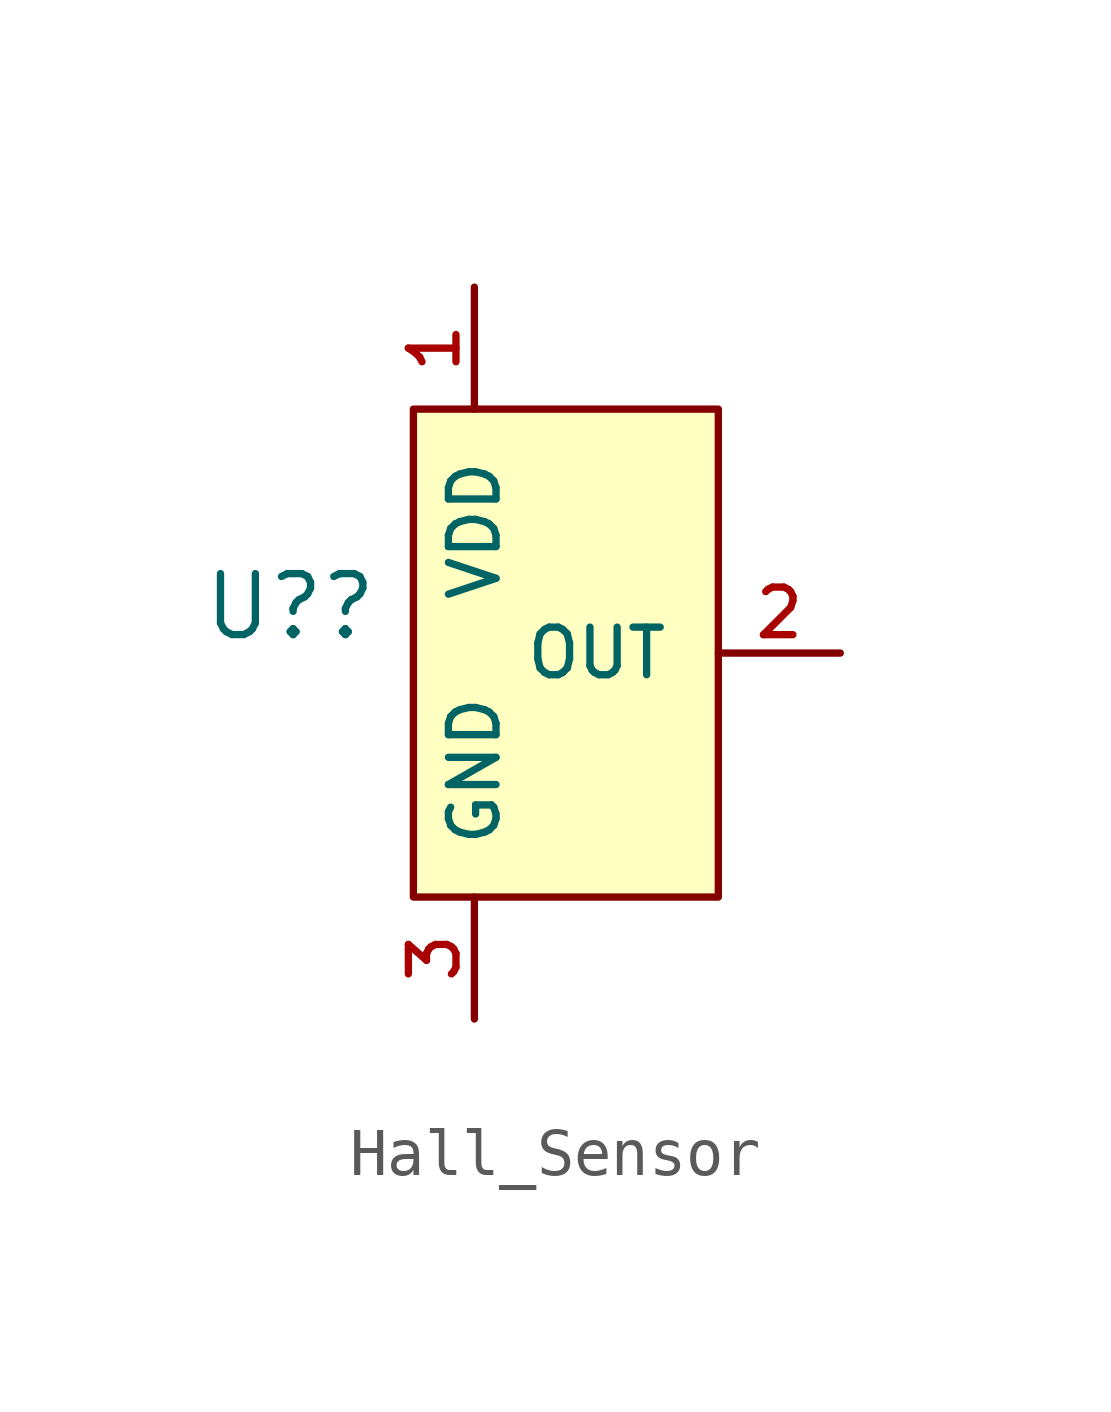
<source format=kicad_sym>
(kicad_symbol_lib
  (version 20220914)
  (generator kicad_symbol_editor)
  (symbol "Hall_Sensor"
    (pin_names
      (offset 1.016))
    (property "Reference" "U?"
      (at -4.521 0.965 0)
      (effects (font (size 1.27 1.27)) (justify right)))
    (symbol "Hall_Sensor_0_1"
      (rectangle (start -3.81 5.08) (end 2.54 -5.08) (stroke (width 0) (type default)) (fill (type background))))
    (symbol "Hall_Sensor_1_1"
      (pin power_in line (at -2.54 7.62 270) (length 2.54) (name "VDD" (effects (font (size 0.991 0.991)))) (number "1" (effects (font (size 0.991 0.991)))))
      (pin output line (at 5.08 0 180) (length 2.54) (name "OUT" (effects (font (size 0.991 0.991)))) (number "2" (effects (font (size 0.991 0.991)))))
      (pin power_in line (at -2.54 -7.62 90) (length 2.54) (name "GND" (effects (font (size 0.991 0.991)))) (number "3" (effects (font (size 0.991 0.991))))))))
</source>
